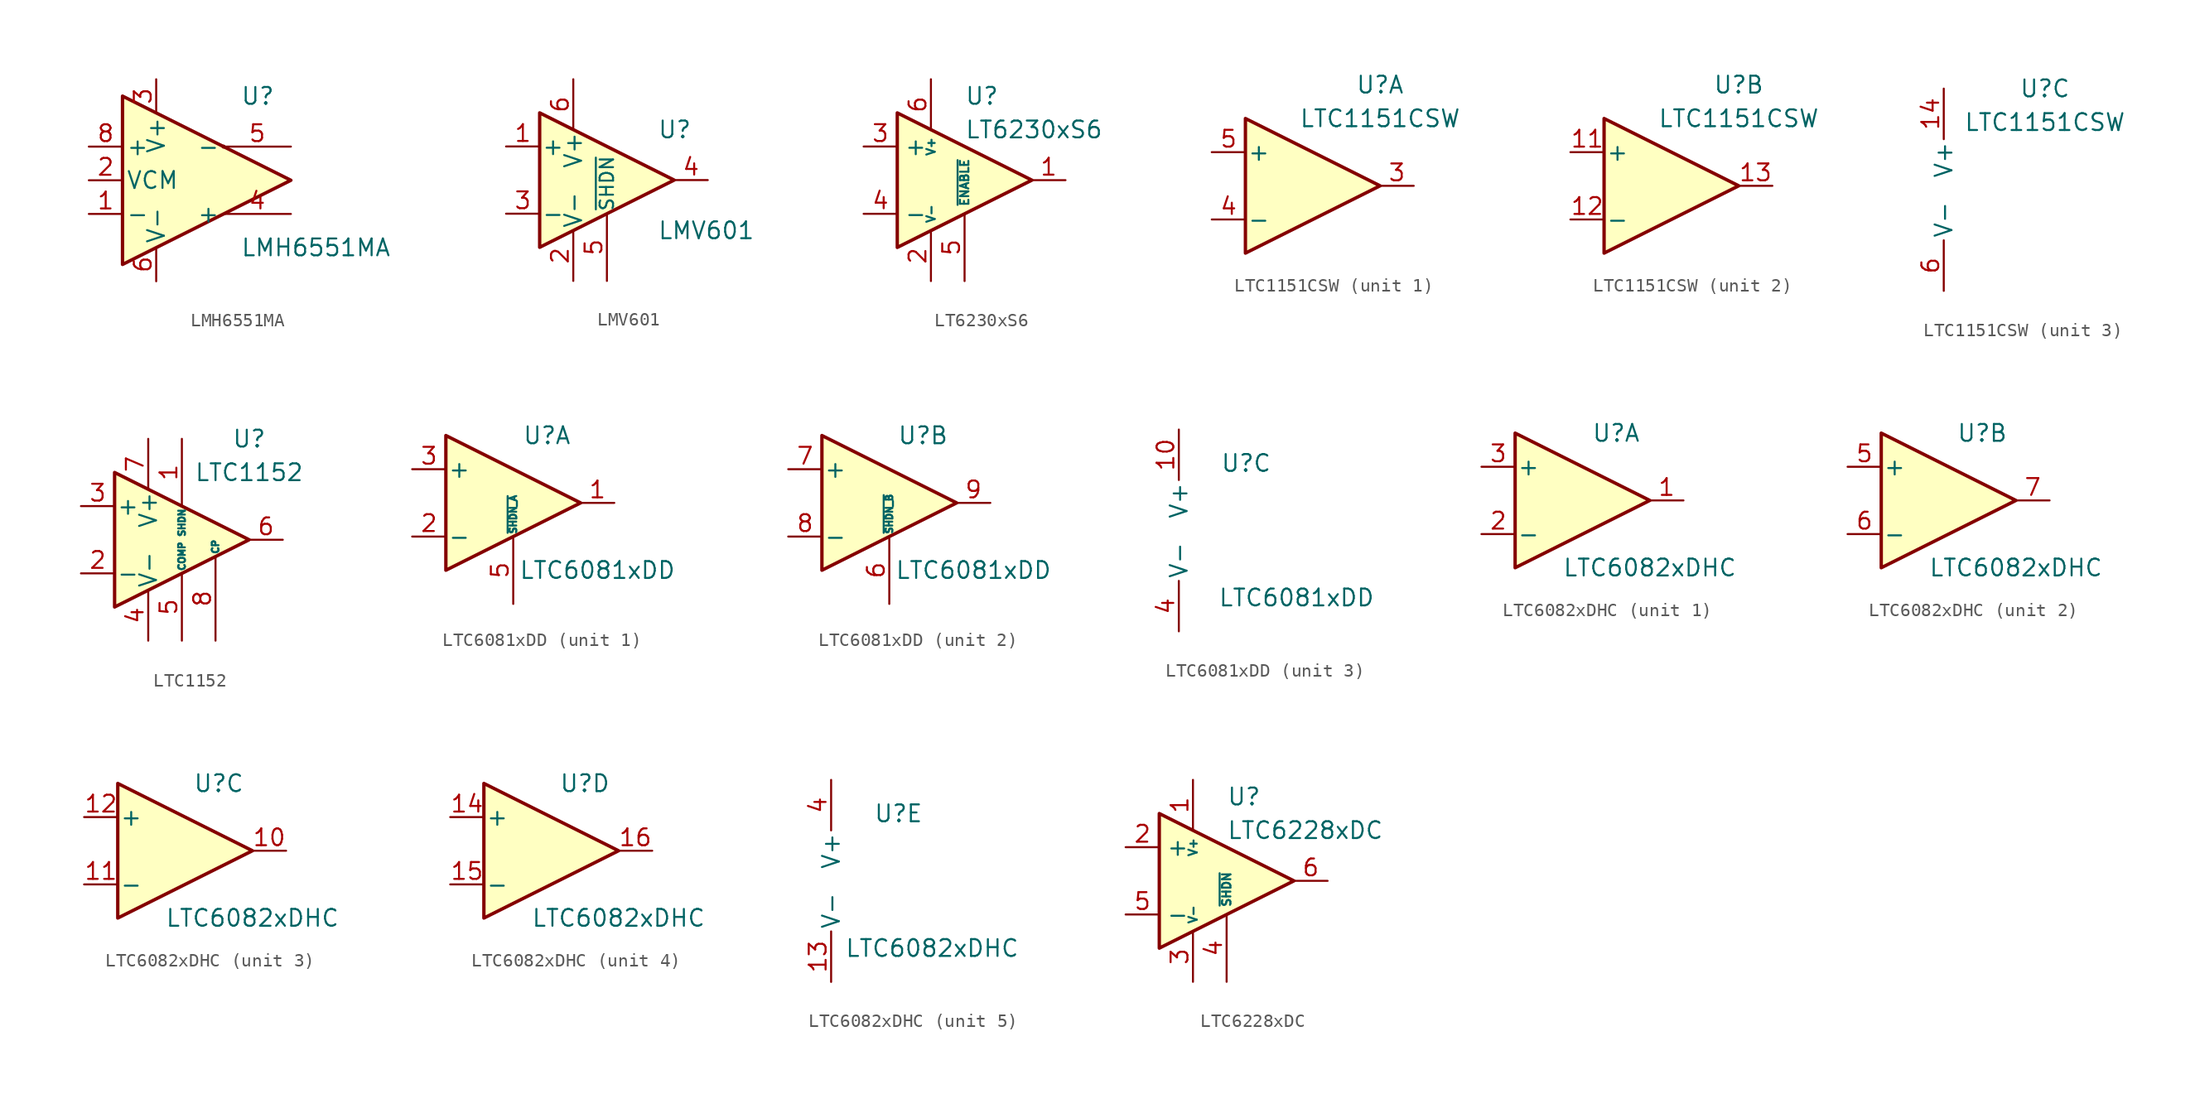
<source format=kicad_sym>
(kicad_symbol_lib
  (version 20211014)
  (generator kicad_symbol_editor)
  (symbol "LMH6551MA"
    (pin_names
      (offset 0.254))
    (property "Reference" "U"
      (at 3.81 6.35 0)
      (effects (font (size 1.27 1.27)) (justify left)))
    (property "Value" "LMH6551MA"
      (at 3.81 -5.08 0)
      (effects (font (size 1.27 1.27)) (justify left)))
    (symbol "LMH6551MA_0_1"
      (polyline (pts (xy 7.62 0) (xy -5.08 6.35) (xy -5.08 -6.35) (xy 7.62 0)) (stroke (width 0.254) (type default) (color 0 0 0 0)) (fill (type background)))
      (circle (center 2.54 2.54) (radius 0.0001) (stroke (width 0) (type default) (color 0 0 0 0)) (fill (type none))))
    (symbol "LMH6551MA_1_1"
      (pin input line (at -7.62 -2.54 0) (length 2.54) (name "-" (effects (font (size 1.27 1.27)))) (number "1" (effects (font (size 1.27 1.27)))))
      (pin input line (at -7.62 0 0) (length 2.54) (name "VCM" (effects (font (size 1.27 1.27)))) (number "2" (effects (font (size 1.27 1.27)))))
      (pin power_in line (at -2.54 7.62 270) (length 2.54) (name "V+" (effects (font (size 1.27 1.27)))) (number "3" (effects (font (size 1.27 1.27)))))
      (pin output line (at 7.62 -2.54 180) (length 5.08) (name "+" (effects (font (size 1.27 1.27)))) (number "4" (effects (font (size 1.27 1.27)))))
      (pin output line (at 7.62 2.54 180) (length 5.08) (name "-" (effects (font (size 1.27 1.27)))) (number "5" (effects (font (size 1.27 1.27)))))
      (pin power_in line (at -2.54 -7.62 90) (length 2.54) (name "V-" (effects (font (size 1.27 1.27)))) (number "6" (effects (font (size 1.27 1.27)))))
      (pin no_connect line (at 5.08 0 180) (length 2.54) hide (name "NC" (effects (font (size 1.27 1.27)))) (number "7" (effects (font (size 1.27 1.27)))))
      (pin input line (at -7.62 2.54 0) (length 2.54) (name "+" (effects (font (size 1.27 1.27)))) (number "8" (effects (font (size 1.27 1.27)))))))
  (symbol "LMV601"
    (pin_names
      (offset 0.127))
    (property "Reference" "U"
      (at 3.81 3.81 0)
      (effects (font (size 1.27 1.27)) (justify left)))
    (property "Value" "LMV601"
      (at 3.81 -3.81 0)
      (effects (font (size 1.27 1.27)) (justify left)))
    (symbol "LMV601_0_1"
      (polyline (pts (xy -5.08 5.08) (xy 5.08 0) (xy -5.08 -5.08) (xy -5.08 5.08)) (stroke (width 0.254) (type default) (color 0 0 0 0)) (fill (type background))))
    (symbol "LMV601_1_1"
      (pin input line (at -7.62 2.54 0) (length 2.54) (name "+" (effects (font (size 1.27 1.27)))) (number "1" (effects (font (size 1.27 1.27)))))
      (pin power_in line (at -2.54 -7.62 90) (length 3.81) (name "V-" (effects (font (size 1.27 1.27)))) (number "2" (effects (font (size 1.27 1.27)))))
      (pin input line (at -7.62 -2.54 0) (length 2.54) (name "-" (effects (font (size 1.27 1.27)))) (number "3" (effects (font (size 1.27 1.27)))))
      (pin output line (at 7.62 0 180) (length 2.54) (name "~" (effects (font (size 1.27 1.27)))) (number "4" (effects (font (size 1.27 1.27)))))
      (pin input line (at 0 -7.62 90) (length 5.08) (name "~{SHDN}" (effects (font (size 1.016 1.016)))) (number "5" (effects (font (size 1.27 1.27)))))
      (pin power_in line (at -2.54 7.62 270) (length 3.81) (name "V+" (effects (font (size 1.27 1.27)))) (number "6" (effects (font (size 1.27 1.27)))))))
  (symbol "LT6230xS6"
    (property "Reference" "U"
      (at 0 6.35 0)
      (effects (font (size 1.27 1.27)) (justify left)))
    (property "Value" "LT6230xS6"
      (at 0 3.81 0)
      (effects (font (size 1.27 1.27)) (justify left)))
    (symbol "LT6230xS6_1_1"
      (polyline (pts (xy -5.08 5.08) (xy 5.08 0) (xy -5.08 -5.08) (xy -5.08 5.08)) (stroke (width 0.254) (type default) (color 0 0 0 0)) (fill (type background)))
      (pin output line (at 7.62 0 180) (length 2.54) (name "~" (effects (font (size 1.27 1.27)))) (number "1" (effects (font (size 1.27 1.27)))))
      (pin power_in line (at -2.54 -7.62 90) (length 3.81) (name "V-" (effects (font (size 0.635 0.635)))) (number "2" (effects (font (size 1.27 1.27)))))
      (pin input line (at -7.62 2.54 0) (length 2.54) (name "+" (effects (font (size 1.27 1.27)))) (number "3" (effects (font (size 1.27 1.27)))))
      (pin input line (at -7.62 -2.54 0) (length 2.54) (name "-" (effects (font (size 1.27 1.27)))) (number "4" (effects (font (size 1.27 1.27)))))
      (pin input line (at 0 -7.62 90) (length 5.08) (name "~{ENABLE}" (effects (font (size 0.635 0.635)))) (number "5" (effects (font (size 1.27 1.27)))))
      (pin power_in line (at -2.54 7.62 270) (length 3.81) (name "V+" (effects (font (size 0.635 0.635)))) (number "6" (effects (font (size 1.27 1.27)))))))
  (symbol "LTC1151CSW"
    (pin_names
      (offset 0.127))
    (property "Reference" "U"
      (at 5.08 7.62 0)
      (effects (font (size 1.27 1.27))))
    (property "Value" "LTC1151CSW"
      (at 5.08 5.08 0)
      (effects (font (size 1.27 1.27))))
    (property "ki_locked" ""
      (at 0 0 0)
      (effects (font (size 1.27 1.27))))
    (symbol "LTC1151CSW_1_1"
      (polyline (pts (xy -5.08 5.08) (xy -5.08 -5.08) (xy 5.08 0) (xy -5.08 5.08)) (stroke (width 0.254) (type default) (color 0 0 0 0)) (fill (type background)))
      (pin no_connect line (at -2.54 -2.54 90) (length 2.54) hide (name "NC" (effects (font (size 1.27 1.27)))) (number "1" (effects (font (size 1.27 1.27)))))
      (pin no_connect line (at 0 -2.54 90) (length 2.54) hide (name "NC" (effects (font (size 1.27 1.27)))) (number "2" (effects (font (size 1.27 1.27)))))
      (pin output line (at 7.62 0 180) (length 2.54) (name "~" (effects (font (size 1.27 1.27)))) (number "3" (effects (font (size 1.27 1.27)))))
      (pin input line (at -7.62 -2.54 0) (length 2.54) (name "-" (effects (font (size 1.27 1.27)))) (number "4" (effects (font (size 1.27 1.27)))))
      (pin input line (at -7.62 2.54 0) (length 2.54) (name "+" (effects (font (size 1.27 1.27)))) (number "5" (effects (font (size 1.27 1.27)))))
      (pin no_connect line (at -2.54 2.54 270) (length 2.54) hide (name "NC" (effects (font (size 1.27 1.27)))) (number "7" (effects (font (size 1.27 1.27)))))
      (pin no_connect line (at 0 2.54 270) (length 2.54) hide (name "NC" (effects (font (size 1.27 1.27)))) (number "8" (effects (font (size 1.27 1.27))))))
    (symbol "LTC1151CSW_2_1"
      (polyline (pts (xy -5.08 5.08) (xy -5.08 -5.08) (xy 5.08 0) (xy -5.08 5.08)) (stroke (width 0.254) (type default) (color 0 0 0 0)) (fill (type background)))
      (pin no_connect line (at 0 -2.54 90) (length 2.54) hide (name "NC" (effects (font (size 1.27 1.27)))) (number "10" (effects (font (size 1.27 1.27)))))
      (pin input line (at -7.62 2.54 0) (length 2.54) (name "+" (effects (font (size 1.27 1.27)))) (number "11" (effects (font (size 1.27 1.27)))))
      (pin input line (at -7.62 -2.54 0) (length 2.54) (name "-" (effects (font (size 1.27 1.27)))) (number "12" (effects (font (size 1.27 1.27)))))
      (pin output line (at 7.62 0 180) (length 2.54) (name "~" (effects (font (size 1.27 1.27)))) (number "13" (effects (font (size 1.27 1.27)))))
      (pin no_connect line (at -2.54 2.54 270) (length 2.54) hide (name "NC" (effects (font (size 1.27 1.27)))) (number "15" (effects (font (size 1.27 1.27)))))
      (pin no_connect line (at 0 2.54 270) (length 2.54) hide (name "NC" (effects (font (size 1.27 1.27)))) (number "16" (effects (font (size 1.27 1.27)))))
      (pin no_connect line (at -2.54 -2.54 90) (length 2.54) hide (name "NC" (effects (font (size 1.27 1.27)))) (number "9" (effects (font (size 1.27 1.27))))))
    (symbol "LTC1151CSW_3_1"
      (pin power_in line (at -2.54 7.62 270) (length 3.81) (name "V+" (effects (font (size 1.27 1.27)))) (number "14" (effects (font (size 1.27 1.27)))))
      (pin power_in line (at -2.54 -7.62 90) (length 3.81) (name "V-" (effects (font (size 1.27 1.27)))) (number "6" (effects (font (size 1.27 1.27)))))))
  (symbol "LTC1152"
    (pin_names
      (offset 0.127))
    (property "Reference" "U"
      (at 5.08 7.62 0)
      (effects (font (size 1.27 1.27))))
    (property "Value" "LTC1152"
      (at 5.08 5.08 0)
      (effects (font (size 1.27 1.27))))
    (symbol "LTC1152_0_1"
      (polyline (pts (xy -5.08 5.08) (xy -5.08 -5.08) (xy 5.08 0) (xy -5.08 5.08)) (stroke (width 0.254) (type default) (color 0 0 0 0)) (fill (type background))))
    (symbol "LTC1152_1_1"
      (pin input line (at 0 7.62 270) (length 5.08) (name "SHDN" (effects (font (size 0.508 0.508)))) (number "1" (effects (font (size 1.27 1.27)))))
      (pin input line (at -7.62 -2.54 0) (length 2.54) (name "-" (effects (font (size 1.27 1.27)))) (number "2" (effects (font (size 1.27 1.27)))))
      (pin input line (at -7.62 2.54 0) (length 2.54) (name "+" (effects (font (size 1.27 1.27)))) (number "3" (effects (font (size 1.27 1.27)))))
      (pin power_in line (at -2.54 -7.62 90) (length 3.81) (name "V-" (effects (font (size 1.27 1.27)))) (number "4" (effects (font (size 1.27 1.27)))))
      (pin input line (at 0 -7.62 90) (length 5.08) (name "COMP" (effects (font (size 0.508 0.508)))) (number "5" (effects (font (size 1.27 1.27)))))
      (pin output line (at 7.62 0 180) (length 2.54) (name "~" (effects (font (size 1.27 1.27)))) (number "6" (effects (font (size 1.27 1.27)))))
      (pin power_in line (at -2.54 7.62 270) (length 3.81) (name "V+" (effects (font (size 1.27 1.27)))) (number "7" (effects (font (size 1.27 1.27)))))
      (pin output line (at 2.54 -7.62 90) (length 6.35) (name "CP" (effects (font (size 0.508 0.508)))) (number "8" (effects (font (size 1.27 1.27)))))))
  (symbol "LTC6081xDD"
    (pin_names
      (offset 0.127))
    (property "Reference" "U"
      (at 2.54 5.08 0)
      (effects (font (size 1.27 1.27))))
    (property "Value" "LTC6081xDD"
      (at 6.35 -5.08 0)
      (effects (font (size 1.27 1.27))))
    (property "ki_locked" ""
      (at 0 0 0)
      (effects (font (size 1.27 1.27))))
    (symbol "LTC6081xDD_1_1"
      (polyline (pts (xy -5.08 5.08) (xy 5.08 0) (xy -5.08 -5.08) (xy -5.08 5.08)) (stroke (width 0.254) (type default) (color 0 0 0 0)) (fill (type background)))
      (pin output line (at 7.62 0 180) (length 2.54) (name "~" (effects (font (size 1.27 1.27)))) (number "1" (effects (font (size 1.27 1.27)))))
      (pin input line (at -7.62 -2.54 0) (length 2.54) (name "-" (effects (font (size 1.27 1.27)))) (number "2" (effects (font (size 1.27 1.27)))))
      (pin input line (at -7.62 2.54 0) (length 2.54) (name "+" (effects (font (size 1.27 1.27)))) (number "3" (effects (font (size 1.27 1.27)))))
      (pin input line (at 0 -7.62 90) (length 5.08) (name "~{SHDN_A}" (effects (font (size 0.508 0.508)))) (number "5" (effects (font (size 1.27 1.27))))))
    (symbol "LTC6081xDD_2_1"
      (polyline (pts (xy -5.08 5.08) (xy 5.08 0) (xy -5.08 -5.08) (xy -5.08 5.08)) (stroke (width 0.254) (type default) (color 0 0 0 0)) (fill (type background)))
      (pin input line (at 0 -7.62 90) (length 5.08) (name "~{SHDN_B}" (effects (font (size 0.508 0.508)))) (number "6" (effects (font (size 1.27 1.27)))))
      (pin input line (at -7.62 2.54 0) (length 2.54) (name "+" (effects (font (size 1.27 1.27)))) (number "7" (effects (font (size 1.27 1.27)))))
      (pin input line (at -7.62 -2.54 0) (length 2.54) (name "-" (effects (font (size 1.27 1.27)))) (number "8" (effects (font (size 1.27 1.27)))))
      (pin output line (at 7.62 0 180) (length 2.54) (name "~" (effects (font (size 1.27 1.27)))) (number "9" (effects (font (size 1.27 1.27))))))
    (symbol "LTC6081xDD_3_1"
      (pin power_in line (at -2.54 7.62 270) (length 3.81) (name "V+" (effects (font (size 1.27 1.27)))) (number "10" (effects (font (size 1.27 1.27)))))
      (pin passive line (at -2.54 -7.62 90) (length 3.81) hide (name "V-" (effects (font (size 1.27 1.27)))) (number "11" (effects (font (size 1.27 1.27)))))
      (pin power_in line (at -2.54 -7.62 90) (length 3.81) (name "V-" (effects (font (size 1.27 1.27)))) (number "4" (effects (font (size 1.27 1.27)))))))
  (symbol "LTC6082xDHC"
    (pin_names
      (offset 0.127))
    (property "Reference" "U"
      (at 2.54 5.08 0)
      (effects (font (size 1.27 1.27))))
    (property "Value" "LTC6082xDHC"
      (at 5.08 -5.08 0)
      (effects (font (size 1.27 1.27))))
    (property "ki_locked" ""
      (at 0 0 0)
      (effects (font (size 1.27 1.27))))
    (symbol "LTC6082xDHC_1_1"
      (polyline (pts (xy -5.08 5.08) (xy 5.08 0) (xy -5.08 -5.08) (xy -5.08 5.08)) (stroke (width 0.254) (type default) (color 0 0 0 0)) (fill (type background)))
      (pin output line (at 7.62 0 180) (length 2.54) (name "~" (effects (font (size 1.27 1.27)))) (number "1" (effects (font (size 1.27 1.27)))))
      (pin input line (at -7.62 -2.54 0) (length 2.54) (name "-" (effects (font (size 1.27 1.27)))) (number "2" (effects (font (size 1.27 1.27)))))
      (pin input line (at -7.62 2.54 0) (length 2.54) (name "+" (effects (font (size 1.27 1.27)))) (number "3" (effects (font (size 1.27 1.27)))))
      (pin no_connect line (at -2.54 -2.54 90) (length 2.54) hide (name "NC" (effects (font (size 1.27 1.27)))) (number "8" (effects (font (size 1.27 1.27)))))
      (pin no_connect line (at 0 -2.54 90) (length 2.54) hide (name "NC" (effects (font (size 1.27 1.27)))) (number "9" (effects (font (size 1.27 1.27))))))
    (symbol "LTC6082xDHC_2_1"
      (polyline (pts (xy -5.08 5.08) (xy 5.08 0) (xy -5.08 -5.08) (xy -5.08 5.08)) (stroke (width 0.254) (type default) (color 0 0 0 0)) (fill (type background)))
      (pin input line (at -7.62 2.54 0) (length 2.54) (name "+" (effects (font (size 1.27 1.27)))) (number "5" (effects (font (size 1.27 1.27)))))
      (pin input line (at -7.62 -2.54 0) (length 2.54) (name "-" (effects (font (size 1.27 1.27)))) (number "6" (effects (font (size 1.27 1.27)))))
      (pin output line (at 7.62 0 180) (length 2.54) (name "~" (effects (font (size 1.27 1.27)))) (number "7" (effects (font (size 1.27 1.27))))))
    (symbol "LTC6082xDHC_3_1"
      (polyline (pts (xy -5.08 5.08) (xy 5.08 0) (xy -5.08 -5.08) (xy -5.08 5.08)) (stroke (width 0.254) (type default) (color 0 0 0 0)) (fill (type background)))
      (pin output line (at 7.62 0 180) (length 2.54) (name "~" (effects (font (size 1.27 1.27)))) (number "10" (effects (font (size 1.27 1.27)))))
      (pin input line (at -7.62 -2.54 0) (length 2.54) (name "-" (effects (font (size 1.27 1.27)))) (number "11" (effects (font (size 1.27 1.27)))))
      (pin input line (at -7.62 2.54 0) (length 2.54) (name "+" (effects (font (size 1.27 1.27)))) (number "12" (effects (font (size 1.27 1.27))))))
    (symbol "LTC6082xDHC_4_1"
      (polyline (pts (xy -5.08 5.08) (xy 5.08 0) (xy -5.08 -5.08) (xy -5.08 5.08)) (stroke (width 0.254) (type default) (color 0 0 0 0)) (fill (type background)))
      (pin input line (at -7.62 2.54 0) (length 2.54) (name "+" (effects (font (size 1.27 1.27)))) (number "14" (effects (font (size 1.27 1.27)))))
      (pin input line (at -7.62 -2.54 0) (length 2.54) (name "-" (effects (font (size 1.27 1.27)))) (number "15" (effects (font (size 1.27 1.27)))))
      (pin output line (at 7.62 0 180) (length 2.54) (name "~" (effects (font (size 1.27 1.27)))) (number "16" (effects (font (size 1.27 1.27))))))
    (symbol "LTC6082xDHC_5_1"
      (pin power_in line (at -2.54 -7.62 90) (length 3.81) (name "V-" (effects (font (size 1.27 1.27)))) (number "13" (effects (font (size 1.27 1.27)))))
      (pin passive line (at -2.54 -7.62 90) (length 3.81) hide (name "V-" (effects (font (size 1.27 1.27)))) (number "17" (effects (font (size 1.27 1.27)))))
      (pin power_in line (at -2.54 7.62 270) (length 3.81) (name "V+" (effects (font (size 1.27 1.27)))) (number "4" (effects (font (size 1.27 1.27)))))))
  (symbol "LTC6228xDC"
    (property "Reference" "U"
      (at 0 6.35 0)
      (effects (font (size 1.27 1.27)) (justify left)))
    (property "Value" "LTC6228xDC"
      (at 0 3.81 0)
      (effects (font (size 1.27 1.27)) (justify left)))
    (symbol "LTC6228xDC_0_1"
      (polyline (pts (xy 5.08 0) (xy -5.08 5.08) (xy -5.08 -5.08) (xy 5.08 0)) (stroke (width 0.254) (type default) (color 0 0 0 0)) (fill (type background))))
    (symbol "LTC6228xDC_1_1"
      (pin power_in line (at -2.54 7.62 270) (length 3.81) (name "V+" (effects (font (size 0.635 0.635)))) (number "1" (effects (font (size 1.27 1.27)))))
      (pin input line (at -7.62 2.54 0) (length 2.54) (name "+" (effects (font (size 1.27 1.27)))) (number "2" (effects (font (size 1.27 1.27)))))
      (pin power_in line (at -2.54 -7.62 90) (length 3.81) (name "V-" (effects (font (size 0.635 0.635)))) (number "3" (effects (font (size 1.27 1.27)))))
      (pin input line (at 0 -7.62 90) (length 5.08) (name "~{SHDN}" (effects (font (size 0.635 0.635)))) (number "4" (effects (font (size 1.27 1.27)))))
      (pin input line (at -7.62 -2.54 0) (length 2.54) (name "-" (effects (font (size 1.27 1.27)))) (number "5" (effects (font (size 1.27 1.27)))))
      (pin output line (at 7.62 0 180) (length 2.54) (name "~" (effects (font (size 1.27 1.27)))) (number "6" (effects (font (size 1.27 1.27)))))
      (pin passive line (at -2.54 -7.62 90) (length 3.81) hide (name "V-" (effects (font (size 0.635 0.635)))) (number "7" (effects (font (size 1.27 1.27))))))))
</source>
